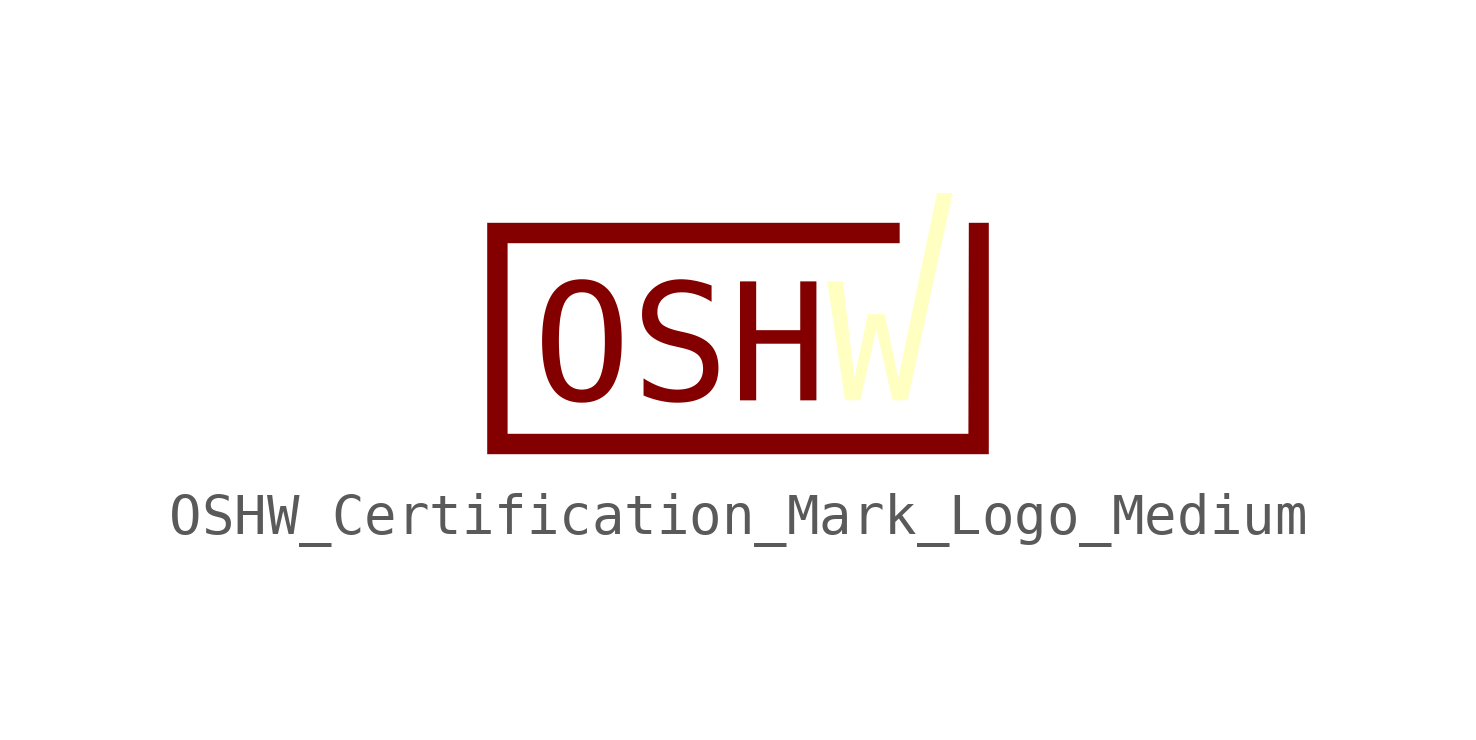
<source format=kicad_sym>
(kicad_symbol_lib
  (version 20220914)
  (generator kicad_symbol_editor)
  (symbol "OSHW_Certification_Mark_Logo_Medium"
    (property "Reference" "LOGO"
      (at 0 0 0)
      (effects (font (size 1.27 1.27)) hide))
    (symbol "OSHW_Certification_Mark_Logo_Medium_0_1"
      (polyline (pts (xy -2.783 -0.429) (xy -2.783 -0.429) (xy -2.783 -0.429)) (stroke (width -0.0001) (type default)) (fill (type outline)))
      (polyline (pts (xy 6 -3.137) (xy -6 -3.137) (xy -6 2.398) (xy -6 2.398) (xy 3.868 2.398) (xy 3.868 1.91) (xy -5.512 1.91) (xy -5.512 -2.649) (xy 5.512 -2.649) (xy 5.522 2.398) (xy 6 2.398)) (stroke (width -0.0001) (type default)) (fill (type outline)))
      (polyline (pts (xy 0.435 -0.17) (xy 1.489 -0.17) (xy 1.489 0.997) (xy 1.876 0.997) (xy 1.876 -1.849) (xy 1.489 -1.849) (xy 1.489 -0.494) (xy 0.435 -0.494) (xy 0.435 -1.849) (xy 0.048 -1.849) (xy 0.048 0.997) (xy 0.435 0.997)) (stroke (width -0.0001) (type default)) (fill (type outline)))
      (polyline (pts (xy -3.676 1.047) (xy -3.619 1.042) (xy -3.563 1.035) (xy -3.51 1.025) (xy -3.458 1.012) (xy -3.409 0.997) (xy -3.361 0.978) (xy -3.315 0.957) (xy -3.272 0.932) (xy -3.23 0.905) (xy -3.19 0.875) (xy -3.152 0.842) (xy -3.115 0.807) (xy -3.081 0.768) (xy -3.049 0.727) (xy -3.019 0.682) (xy -2.99 0.635) (xy -2.963 0.585) (xy -2.939 0.532) (xy -2.916 0.476) (xy -2.894 0.416) (xy -2.875 0.354) (xy -2.857 0.289) (xy -2.842 0.222) (xy -2.828 0.151) (xy -2.816 0.077) (xy -2.806 -0.0002) (xy -2.797 -0.08) (xy -2.791 -0.163) (xy -2.786 -0.249) (xy -2.784 -0.337) (xy -2.783 -0.429) (xy -2.784 -0.52) (xy -2.786 -0.609) (xy -2.791 -0.694) (xy -2.797 -0.777) (xy -2.806 -0.857) (xy -2.816 -0.933) (xy -2.828 -1.007) (xy -2.842 -1.078) (xy -2.857 -1.146) (xy -2.875 -1.211) (xy -2.894 -1.273) (xy -2.916 -1.332) (xy -2.939 -1.388) (xy -2.963 -1.441) (xy -2.99 -1.491) (xy -3.019 -1.538) (xy -3.034 -1.561) (xy -3.049 -1.583) (xy -3.065 -1.604) (xy -3.081 -1.624) (xy -3.098 -1.644) (xy -3.115 -1.663) (xy -3.133 -1.681) (xy -3.152 -1.698) (xy -3.17 -1.715) (xy -3.19 -1.731) (xy -3.209 -1.747) (xy -3.23 -1.761) (xy -3.25 -1.775) (xy -3.272 -1.788) (xy -3.293 -1.801) (xy -3.315 -1.813) (xy -3.338 -1.824) (xy -3.361 -1.834) (xy -3.385 -1.844) (xy -3.409 -1.853) (xy -3.433 -1.861) (xy -3.458 -1.869) (xy -3.484 -1.875) (xy -3.51 -1.881) (xy -3.536 -1.887) (xy -3.563 -1.891) (xy -3.619 -1.899) (xy -3.676 -1.903) (xy -3.736 -1.904) (xy -3.795 -1.903) (xy -3.852 -1.899) (xy -3.908 -1.891) (xy -3.961 -1.881) (xy -4.013 -1.869) (xy -4.062 -1.853) (xy -4.11 -1.835) (xy -4.156 -1.813) (xy -4.2 -1.789) (xy -4.242 -1.762) (xy -4.282 -1.732) (xy -4.319 -1.699) (xy -4.356 -1.664) (xy -4.39 -1.625) (xy -4.422 -1.584) (xy -4.452 -1.54) (xy -4.481 -1.493) (xy -4.507 -1.443) (xy -4.532 -1.39) (xy -4.555 -1.334) (xy -4.576 -1.275) (xy -4.595 -1.213) (xy -4.612 -1.148) (xy -4.628 -1.08) (xy -4.642 -1.009) (xy -4.654 -0.935) (xy -4.664 -0.859) (xy -4.672 -0.779) (xy -4.678 -0.696) (xy -4.683 -0.61) (xy -4.686 -0.521) (xy -4.687 -0.429) (xy -4.285 -0.429) (xy -4.282 -0.58) (xy -4.277 -0.719) (xy -4.266 -0.848) (xy -4.253 -0.965) (xy -4.244 -1.02) (xy -4.235 -1.071) (xy -4.224 -1.12) (xy -4.213 -1.166) (xy -4.2 -1.21) (xy -4.187 -1.25) (xy -4.172 -1.288) (xy -4.157 -1.323) (xy -4.14 -1.355) (xy -4.131 -1.371) (xy -4.122 -1.386) (xy -4.112 -1.4) (xy -4.103 -1.414) (xy -4.092 -1.428) (xy -4.082 -1.44) (xy -4.071 -1.453) (xy -4.06 -1.465) (xy -4.048 -1.476) (xy -4.037 -1.487) (xy -4.025 -1.497) (xy -4.012 -1.507) (xy -4 -1.516) (xy -3.987 -1.524) (xy -3.973 -1.532) (xy -3.96 -1.54) (xy -3.946 -1.547) (xy -3.932 -1.554) (xy -3.917 -1.56) (xy -3.902 -1.565) (xy -3.887 -1.57) (xy -3.871 -1.575) (xy -3.855 -1.579) (xy -3.839 -1.582) (xy -3.823 -1.585) (xy -3.806 -1.587) (xy -3.789 -1.589) (xy -3.771 -1.591) (xy -3.736 -1.592) (xy -3.7 -1.591) (xy -3.665 -1.587) (xy -3.631 -1.582) (xy -3.599 -1.575) (xy -3.568 -1.565) (xy -3.539 -1.554) (xy -3.51 -1.54) (xy -3.483 -1.525) (xy -3.458 -1.507) (xy -3.433 -1.487) (xy -3.41 -1.466) (xy -3.389 -1.442) (xy -3.368 -1.415) (xy -3.349 -1.387) (xy -3.331 -1.357) (xy -3.314 -1.325) (xy -3.299 -1.29) (xy -3.284 -1.252) (xy -3.27 -1.211) (xy -3.258 -1.168) (xy -3.246 -1.122) (xy -3.235 -1.073) (xy -3.226 -1.021) (xy -3.217 -0.966) (xy -3.209 -0.909) (xy -3.203 -0.849) (xy -3.197 -0.786) (xy -3.193 -0.72) (xy -3.189 -0.651) (xy -3.187 -0.58) (xy -3.185 -0.506) (xy -3.185 -0.429) (xy -3.187 -0.278) (xy -3.193 -0.138) (xy -3.203 -0.009) (xy -3.217 0.109) (xy -3.226 0.163) (xy -3.235 0.215) (xy -3.246 0.264) (xy -3.258 0.31) (xy -3.27 0.353) (xy -3.284 0.394) (xy -3.299 0.432) (xy -3.314 0.467) (xy -3.331 0.499) (xy -3.34 0.515) (xy -3.349 0.53) (xy -3.358 0.544) (xy -3.368 0.558) (xy -3.378 0.572) (xy -3.389 0.585) (xy -3.399 0.597) (xy -3.41 0.609) (xy -3.422 0.62) (xy -3.433 0.631) (xy -3.446 0.641) (xy -3.458 0.651) (xy -3.47 0.66) (xy -3.483 0.668) (xy -3.497 0.677) (xy -3.51 0.684) (xy -3.524 0.691) (xy -3.539 0.698) (xy -3.553 0.704) (xy -3.568 0.709) (xy -3.584 0.714) (xy -3.599 0.719) (xy -3.615 0.723) (xy -3.631 0.726) (xy -3.648 0.729) (xy -3.665 0.732) (xy -3.682 0.733) (xy -3.7 0.735) (xy -3.736 0.736) (xy -3.771 0.735) (xy -3.806 0.732) (xy -3.839 0.726) (xy -3.871 0.719) (xy -3.902 0.709) (xy -3.932 0.698) (xy -3.96 0.684) (xy -3.987 0.668) (xy -4.012 0.651) (xy -4.037 0.631) (xy -4.06 0.609) (xy -4.082 0.585) (xy -4.103 0.558) (xy -4.122 0.53) (xy -4.14 0.499) (xy -4.157 0.467) (xy -4.172 0.432) (xy -4.187 0.394) (xy -4.2 0.353) (xy -4.213 0.31) (xy -4.224 0.264) (xy -4.235 0.215) (xy -4.244 0.163) (xy -4.253 0.109) (xy -4.26 0.051) (xy -4.266 -0.009) (xy -4.272 -0.072) (xy -4.277 -0.138) (xy -4.28 -0.206) (xy -4.282 -0.278) (xy -4.284 -0.352) (xy -4.285 -0.429) (xy -4.687 -0.429) (xy -4.686 -0.337) (xy -4.683 -0.249) (xy -4.678 -0.163) (xy -4.672 -0.08) (xy -4.664 -0.0002) (xy -4.654 0.077) (xy -4.642 0.151) (xy -4.628 0.222) (xy -4.612 0.289) (xy -4.595 0.354) (xy -4.576 0.416) (xy -4.555 0.476) (xy -4.532 0.532) (xy -4.507 0.585) (xy -4.481 0.635) (xy -4.452 0.682) (xy -4.437 0.705) (xy -4.422 0.727) (xy -4.406 0.748) (xy -4.389 0.768) (xy -4.372 0.788) (xy -4.355 0.807) (xy -4.337 0.825) (xy -4.319 0.842) (xy -4.3 0.859) (xy -4.281 0.875) (xy -4.261 0.891) (xy -4.241 0.905) (xy -4.22 0.919) (xy -4.199 0.932) (xy -4.177 0.945) (xy -4.155 0.957) (xy -4.132 0.968) (xy -4.109 0.978) (xy -4.086 0.988) (xy -4.061 0.997) (xy -4.037 1.005) (xy -4.012 1.012) (xy -3.986 1.019) (xy -3.961 1.025) (xy -3.907 1.035) (xy -3.852 1.042) (xy -3.795 1.047) (xy -3.736 1.048)) (stroke (width -0.0001) (type default)) (fill (type outline)))
      (polyline (pts (xy -1.317 1.047) (xy -1.275 1.045) (xy -1.233 1.042) (xy -1.19 1.038) (xy -1.147 1.033) (xy -1.103 1.026) (xy -1.058 1.018) (xy -1.013 1.01) (xy -0.968 1) (xy -0.921 0.989) (xy -0.875 0.977) (xy -0.827 0.964) (xy -0.779 0.949) (xy -0.731 0.934) (xy -0.682 0.917) (xy -0.632 0.899) (xy -0.632 0.508) (xy -0.676 0.536) (xy -0.72 0.561) (xy -0.764 0.585) (xy -0.808 0.607) (xy -0.852 0.627) (xy -0.896 0.646) (xy -0.94 0.663) (xy -0.985 0.678) (xy -1.028 0.691) (xy -1.073 0.703) (xy -1.117 0.713) (xy -1.161 0.721) (xy -1.205 0.727) (xy -1.25 0.732) (xy -1.294 0.734) (xy -1.339 0.735) (xy -1.373 0.735) (xy -1.405 0.733) (xy -1.437 0.731) (xy -1.468 0.727) (xy -1.498 0.723) (xy -1.528 0.717) (xy -1.556 0.711) (xy -1.583 0.703) (xy -1.61 0.695) (xy -1.635 0.685) (xy -1.66 0.675) (xy -1.684 0.663) (xy -1.706 0.651) (xy -1.728 0.637) (xy -1.75 0.623) (xy -1.77 0.607) (xy -1.789 0.591) (xy -1.807 0.575) (xy -1.824 0.557) (xy -1.839 0.539) (xy -1.853 0.52) (xy -1.866 0.5) (xy -1.878 0.48) (xy -1.889 0.459) (xy -1.898 0.438) (xy -1.906 0.415) (xy -1.913 0.392) (xy -1.918 0.368) (xy -1.923 0.344) (xy -1.926 0.319) (xy -1.927 0.293) (xy -1.928 0.266) (xy -1.928 0.243) (xy -1.927 0.221) (xy -1.925 0.199) (xy -1.922 0.177) (xy -1.918 0.157) (xy -1.914 0.137) (xy -1.908 0.118) (xy -1.902 0.1) (xy -1.895 0.082) (xy -1.888 0.065) (xy -1.879 0.049) (xy -1.87 0.034) (xy -1.86 0.019) (xy -1.849 0.005) (xy -1.838 -0.009) (xy -1.825 -0.022) (xy -1.811 -0.034) (xy -1.796 -0.046) (xy -1.78 -0.058) (xy -1.762 -0.069) (xy -1.742 -0.08) (xy -1.721 -0.091) (xy -1.699 -0.102) (xy -1.675 -0.113) (xy -1.651 -0.123) (xy -1.624 -0.133) (xy -1.596 -0.142) (xy -1.567 -0.152) (xy -1.536 -0.161) (xy -1.504 -0.17) (xy -1.471 -0.179) (xy -1.436 -0.187) (xy -1.234 -0.233) (xy -1.185 -0.245) (xy -1.138 -0.258) (xy -1.092 -0.272) (xy -1.048 -0.286) (xy -1.005 -0.302) (xy -0.965 -0.318) (xy -0.926 -0.335) (xy -0.888 -0.353) (xy -0.853 -0.372) (xy -0.819 -0.392) (xy -0.787 -0.412) (xy -0.756 -0.433) (xy -0.727 -0.455) (xy -0.7 -0.478) (xy -0.675 -0.502) (xy -0.651 -0.527) (xy -0.629 -0.552) (xy -0.608 -0.579) (xy -0.589 -0.607) (xy -0.571 -0.636) (xy -0.555 -0.666) (xy -0.54 -0.697) (xy -0.526 -0.73) (xy -0.514 -0.763) (xy -0.503 -0.798) (xy -0.494 -0.833) (xy -0.486 -0.87) (xy -0.479 -0.908) (xy -0.474 -0.948) (xy -0.471 -0.988) (xy -0.469 -1.029) (xy -0.468 -1.072) (xy -0.469 -1.122) (xy -0.472 -1.17) (xy -0.477 -1.217) (xy -0.484 -1.263) (xy -0.493 -1.307) (xy -0.503 -1.349) (xy -0.516 -1.39) (xy -0.531 -1.43) (xy -0.548 -1.468) (xy -0.566 -1.504) (xy -0.587 -1.539) (xy -0.61 -1.572) (xy -0.634 -1.604) (xy -0.661 -1.635) (xy -0.689 -1.664) (xy -0.72 -1.691) (xy -0.752 -1.717) (xy -0.786 -1.741) (xy -0.822 -1.764) (xy -0.86 -1.785) (xy -0.899 -1.804) (xy -0.941 -1.821) (xy -0.984 -1.837) (xy -1.028 -1.851) (xy -1.075 -1.864) (xy -1.123 -1.875) (xy -1.174 -1.884) (xy -1.226 -1.891) (xy -1.28 -1.897) (xy -1.335 -1.901) (xy -1.392 -1.904) (xy -1.452 -1.905) (xy -1.502 -1.904) (xy -1.552 -1.902) (xy -1.602 -1.899) (xy -1.652 -1.894) (xy -1.702 -1.888) (xy -1.753 -1.88) (xy -1.803 -1.871) (xy -1.854 -1.861) (xy -1.904 -1.85) (xy -1.955 -1.837) (xy -2.006 -1.823) (xy -2.056 -1.808) (xy -2.107 -1.791) (xy -2.158 -1.773) (xy -2.209 -1.754) (xy -2.26 -1.733) (xy -2.26 -1.323) (xy -2.205 -1.357) (xy -2.152 -1.388) (xy -2.099 -1.417) (xy -2.047 -1.444) (xy -1.995 -1.468) (xy -1.945 -1.49) (xy -1.895 -1.51) (xy -1.846 -1.527) (xy -1.797 -1.542) (xy -1.748 -1.556) (xy -1.699 -1.567) (xy -1.649 -1.576) (xy -1.6 -1.583) (xy -1.551 -1.588) (xy -1.501 -1.591) (xy -1.452 -1.592) (xy -1.416 -1.592) (xy -1.381 -1.59) (xy -1.347 -1.587) (xy -1.314 -1.584) (xy -1.282 -1.579) (xy -1.251 -1.574) (xy -1.221 -1.567) (xy -1.192 -1.56) (xy -1.165 -1.551) (xy -1.138 -1.542) (xy -1.112 -1.531) (xy -1.087 -1.519) (xy -1.063 -1.506) (xy -1.04 -1.493) (xy -1.019 -1.478) (xy -0.998 -1.462) (xy -0.978 -1.446) (xy -0.96 -1.428) (xy -0.943 -1.41) (xy -0.927 -1.39) (xy -0.912 -1.37) (xy -0.899 -1.349) (xy -0.887 -1.328) (xy -0.876 -1.305) (xy -0.867 -1.282) (xy -0.859 -1.258) (xy -0.852 -1.233) (xy -0.846 -1.207) (xy -0.842 -1.181) (xy -0.839 -1.153) (xy -0.837 -1.125) (xy -0.836 -1.097) (xy -0.836 -1.07) (xy -0.838 -1.045) (xy -0.84 -1.02) (xy -0.843 -0.996) (xy -0.847 -0.973) (xy -0.852 -0.951) (xy -0.858 -0.929) (xy -0.864 -0.908) (xy -0.872 -0.888) (xy -0.88 -0.869) (xy -0.889 -0.851) (xy -0.899 -0.833) (xy -0.91 -0.816) (xy -0.922 -0.8) (xy -0.935 -0.785) (xy -0.948 -0.771) (xy -0.963 -0.757) (xy -0.979 -0.743) (xy -0.996 -0.73) (xy -1.014 -0.718) (xy -1.034 -0.705) (xy -1.055 -0.694) (xy -1.077 -0.682) (xy -1.1 -0.671) (xy -1.125 -0.66) (xy -1.151 -0.65) (xy -1.179 -0.64) (xy -1.208 -0.631) (xy -1.238 -0.622) (xy -1.269 -0.613) (xy -1.301 -0.605) (xy -1.335 -0.597) (xy -1.541 -0.549) (xy -1.59 -0.538) (xy -1.637 -0.526) (xy -1.682 -0.513) (xy -1.726 -0.499) (xy -1.768 -0.485) (xy -1.808 -0.469) (xy -1.847 -0.454) (xy -1.883 -0.437) (xy -1.918 -0.42) (xy -1.952 -0.402) (xy -1.984 -0.383) (xy -2.014 -0.364) (xy -2.042 -0.344) (xy -2.069 -0.323) (xy -2.094 -0.301) (xy -2.117 -0.279) (xy -2.139 -0.256) (xy -2.159 -0.232) (xy -2.178 -0.207) (xy -2.195 -0.181) (xy -2.211 -0.154) (xy -2.226 -0.126) (xy -2.239 -0.097) (xy -2.251 -0.067) (xy -2.262 -0.036) (xy -2.271 -0.004) (xy -2.278 0.029) (xy -2.285 0.062) (xy -2.29 0.097) (xy -2.293 0.133) (xy -2.295 0.17) (xy -2.296 0.207) (xy -2.295 0.254) (xy -2.292 0.3) (xy -2.287 0.345) (xy -2.28 0.388) (xy -2.271 0.43) (xy -2.26 0.472) (xy -2.247 0.511) (xy -2.232 0.55) (xy -2.215 0.588) (xy -2.196 0.624) (xy -2.175 0.659) (xy -2.152 0.693) (xy -2.127 0.726) (xy -2.1 0.757) (xy -2.071 0.788) (xy -2.041 0.817) (xy -2.008 0.845) (xy -1.974 0.871) (xy -1.938 0.895) (xy -1.901 0.918) (xy -1.863 0.939) (xy -1.824 0.958) (xy -1.783 0.975) (xy -1.741 0.99) (xy -1.698 1.004) (xy -1.653 1.015) (xy -1.607 1.025) (xy -1.56 1.033) (xy -1.512 1.04) (xy -1.462 1.044) (xy -1.411 1.047) (xy -1.358 1.048)) (stroke (width -0.0001) (type default)) (fill (type outline))))
    (symbol "OSHW_Certification_Mark_Logo_Medium_1_1"
      (polyline (pts (xy 4.061 -1.849) (xy 3.696 -1.849) (xy 3.309 -0.158) (xy 2.925 -1.849) (xy 2.561 -1.849) (xy 2.135 0.997) (xy 2.511 0.997) (xy 2.784 -1.313) (xy 3.107 0.215) (xy 3.51 0.215) (xy 3.837 -1.317) (xy 4.761 3.111) (xy 5.136 3.111)) (stroke (width -0.0001) (type default)) (fill (type background))))))
</source>
